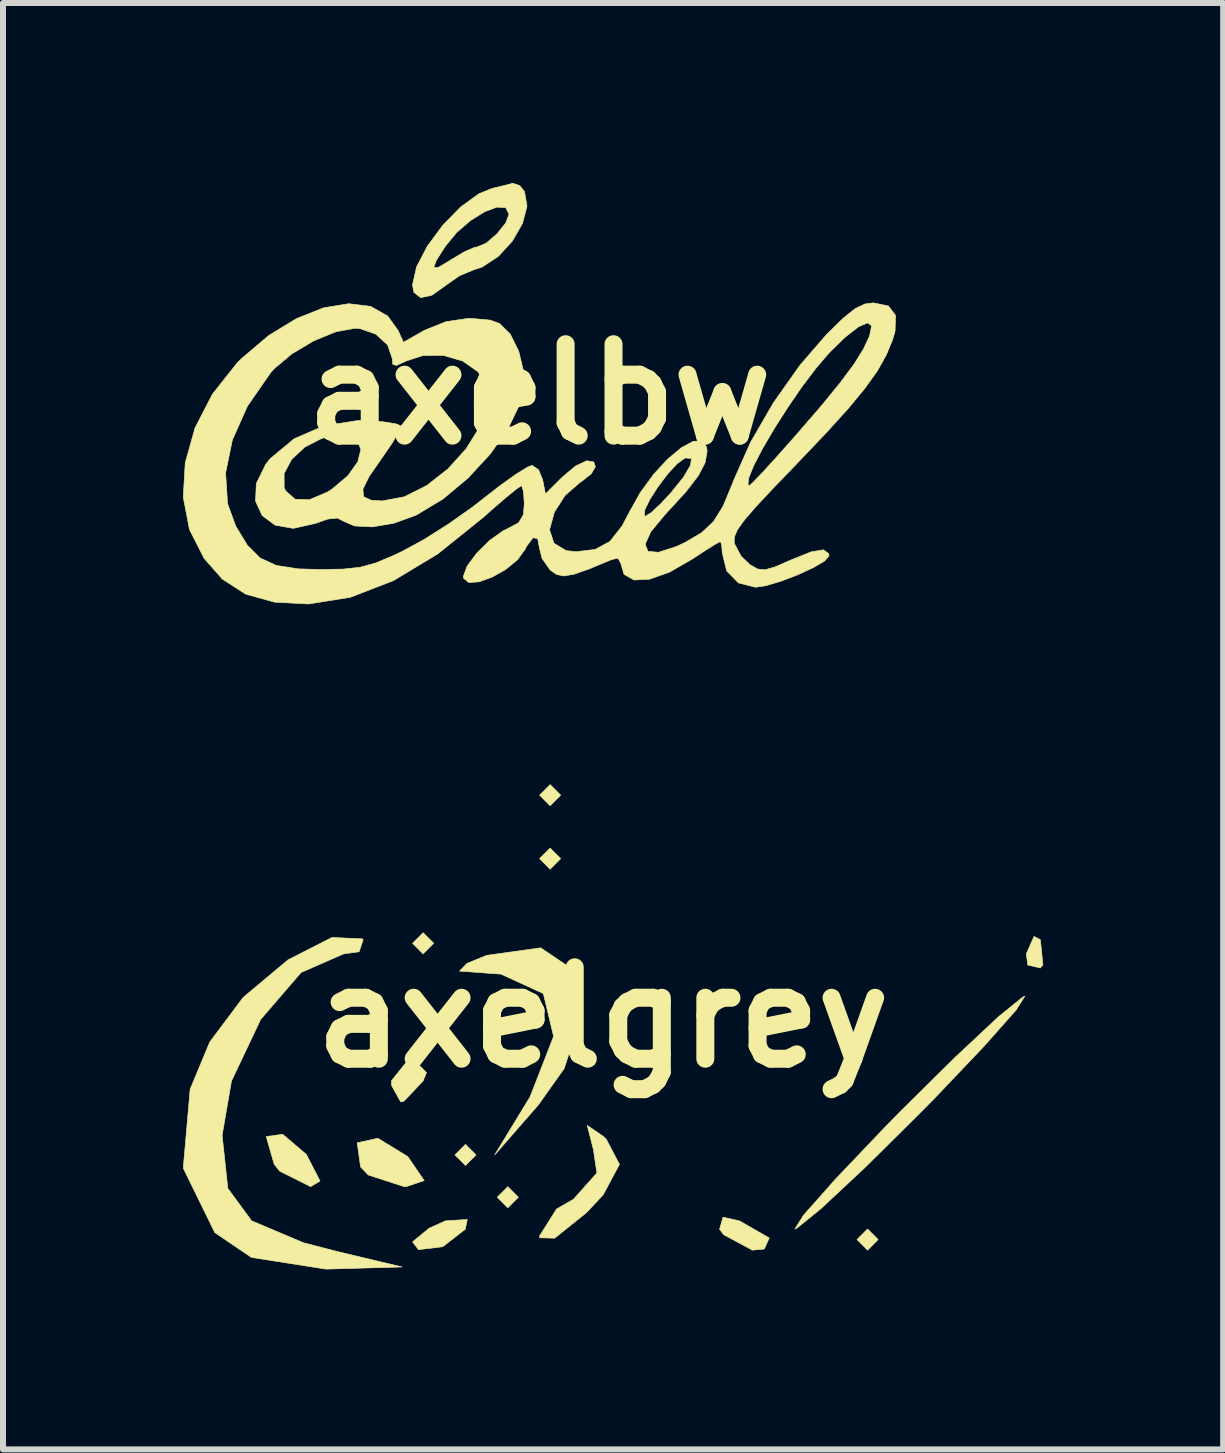
<source format=kicad_pcb>
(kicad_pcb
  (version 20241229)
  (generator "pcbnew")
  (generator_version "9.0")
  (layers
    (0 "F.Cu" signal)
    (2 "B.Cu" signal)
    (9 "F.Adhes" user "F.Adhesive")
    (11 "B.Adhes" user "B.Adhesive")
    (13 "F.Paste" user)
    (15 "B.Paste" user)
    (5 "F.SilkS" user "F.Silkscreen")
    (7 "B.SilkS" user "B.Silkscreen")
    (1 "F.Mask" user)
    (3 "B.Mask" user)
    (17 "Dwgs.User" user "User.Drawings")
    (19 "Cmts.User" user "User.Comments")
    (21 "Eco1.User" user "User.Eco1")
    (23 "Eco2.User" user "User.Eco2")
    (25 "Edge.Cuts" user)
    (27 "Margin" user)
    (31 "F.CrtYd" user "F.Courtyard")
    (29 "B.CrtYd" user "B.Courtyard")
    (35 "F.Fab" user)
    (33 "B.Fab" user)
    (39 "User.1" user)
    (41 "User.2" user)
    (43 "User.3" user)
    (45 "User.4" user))
  (footprint "axelgrey"
    (layer "F.Cu")
    (at 7.003 13.91)
    (property "Reference" "axelgrey" (at 0 0 0) (layer "F.SilkS") (effects (font (size 1.524 1.524) (thickness 0.3))))
    (attr through_hole)
    (fp_poly (pts (xy -2.822 -1.235) (xy -2.999 -1.058) (xy -3.175 -1.235) (xy -2.999 -1.411) (xy -2.822 -1.235)) (stroke (width 0.01) (type solid)) (fill yes) (layer "F.SilkS"))
    (fp_poly (pts (xy -2.117 2.293) (xy -2.293 2.469) (xy -2.469 2.293) (xy -2.293 2.117) (xy -2.117 2.293)) (stroke (width 0.01) (type solid)) (fill yes) (layer "F.SilkS"))
    (fp_poly (pts (xy -1.411 2.999) (xy -1.587 3.175) (xy -1.764 2.999) (xy -1.587 2.822) (xy -1.411 2.999)) (stroke (width 0.01) (type solid)) (fill yes) (layer "F.SilkS"))
    (fp_poly (pts (xy -0.706 -3.704) (xy -0.882 -3.528) (xy -1.058 -3.704) (xy -0.882 -3.881) (xy -0.706 -3.704)) (stroke (width 0.01) (type solid)) (fill yes) (layer "F.SilkS"))
    (fp_poly (pts (xy -0.706 -2.646) (xy -0.882 -2.469) (xy -1.058 -2.646) (xy -0.882 -2.822) (xy -0.706 -2.646)) (stroke (width 0.01) (type solid)) (fill yes) (layer "F.SilkS"))
    (fp_poly (pts (xy 4.586 3.704) (xy 4.41 3.881) (xy 4.233 3.704) (xy 4.41 3.528) (xy 4.586 3.704)) (stroke (width 0.01) (type solid)) (fill yes) (layer "F.SilkS"))
    (fp_poly (pts (xy 7.291 -1.294) (xy 7.333 -0.875) (xy 7.291 -0.823) (xy 7.081 -0.872) (xy 7.056 -1.058) (xy 7.185 -1.349) (xy 7.291 -1.294)) (stroke (width 0.01) (type solid)) (fill yes) (layer "F.SilkS"))
    (fp_poly (pts (xy -4.946 2.285) (xy -4.718 2.728) (xy -4.875 2.822) (xy -5.392 2.563) (xy -5.483 2.446) (xy -5.615 1.987) (xy -5.341 1.949) (xy -4.946 2.285)) (stroke (width 0.01) (type solid)) (fill yes) (layer "F.SilkS"))
    (fp_poly (pts (xy -2.296 3.532) (xy -2.673 3.824) (xy -3.077 3.873) (xy -3.175 3.742) (xy -2.898 3.515) (xy -2.628 3.393) (xy -2.263 3.369) (xy -2.296 3.532)) (stroke (width 0.01) (type solid)) (fill yes) (layer "F.SilkS"))
    (fp_poly (pts (xy 2.275 3.393) (xy 2.771 3.678) (xy 2.688 3.862) (xy 2.49 3.881) (xy 2.012 3.624) (xy 1.943 3.532) (xy 2 3.331) (xy 2.275 3.393)) (stroke (width 0.01) (type solid)) (fill yes) (layer "F.SilkS"))
    (fp_poly (pts (xy -2.943 0.922) (xy -2.999 1.058) (xy -3.316 1.395) (xy -3.372 1.411) (xy -3.524 1.138) (xy -3.528 1.058) (xy -3.257 0.719) (xy -3.154 0.706) (xy -2.943 0.922)) (stroke (width 0.01) (type solid)) (fill yes) (layer "F.SilkS"))
    (fp_poly (pts (xy -3.262 2.317) (xy -3.249 2.33) (xy -2.981 2.721) (xy -3.281 2.822) (xy -3.317 2.822) (xy -3.913 2.628) (xy -4.042 2.494) (xy -4.098 2.091) (xy -3.754 2.015) (xy -3.262 2.317)) (stroke (width 0.01) (type solid)) (fill yes) (layer "F.SilkS"))
    (fp_poly (pts (xy 0.006 1.985) (xy 0.054 2.032) (xy 0.274 2.451) (xy 0.000466 2.961) (xy -0.278 3.257) (xy -0.806 3.681) (xy -1.055 3.675) (xy -1.058 3.644) (xy -0.774 3.194) (xy -0.493 3.033) (xy -0.102 2.594) (xy -0.161 2.202) (xy -0.264 1.801) (xy 0.006 1.985)) (stroke (width 0.01) (type solid)) (fill yes) (layer "F.SilkS"))
    (fp_poly (pts (xy -0.491 -0.789) (xy -0.344 -0.071) (xy -0.648 0.853) (xy -1.079 1.46) (xy -1.806 2.293) (xy -1.217 1.326) (xy -0.824 0.318) (xy -0.995 -0.396) (xy -1.701 -0.721) (xy -1.841 -0.73) (xy -2.392 -0.771) (xy -2.269 -0.899) (xy -1.94 -1.034) (xy -1.04 -1.159) (xy -0.491 -0.789)) (stroke (width 0.01) (type solid)) (fill yes) (layer "F.SilkS"))
    (fp_poly (pts (xy 6.888 -0.124) (xy 6.351 0.482) (xy 5.527 1.348) (xy 5.292 1.587) (xy 4.363 2.507) (xy 3.631 3.191) (xy 3.23 3.516) (xy 3.199 3.528) (xy 3.342 3.299) (xy 3.879 2.693) (xy 4.704 1.827) (xy 4.939 1.587) (xy 5.868 0.668) (xy 6.599 -0.016) (xy 7.001 -0.341) (xy 7.031 -0.353) (xy 6.888 -0.124)) (stroke (width 0.01) (type solid)) (fill yes) (layer "F.SilkS"))
    (fp_poly (pts (xy -4.015 -1.309) (xy -3.999 -1.294) (xy -4.066 -1.094) (xy -4.325 -1.058) (xy -5.034 -0.748) (xy -5.707 0.034) (xy -6.194 1.061) (xy -6.35 1.967) (xy -6.255 2.852) (xy -5.858 3.392) (xy -4.996 3.757) (xy -4.441 3.901) (xy -3.351 4.161) (xy -4.62 4.197) (xy -5.862 4.002) (xy -6.472 3.588) (xy -6.998 2.514) (xy -6.883 1.197) (xy -6.556 0.411) (xy -6 -0.332) (xy -5.251 -0.959) (xy -4.519 -1.332) (xy -4.015 -1.309)) (stroke (width 0.01) (type solid)) (fill yes) (layer "F.SilkS")))
  (footprint "axelbw"
    (layer "F.Cu")
    (at 5.944 3.523)
    (property "Reference" "axelbw" (at 0 0 0) (layer "F.SilkS") (effects (font (size 1.524 1.524) (thickness 0.3))))
    (attr through_hole)
    (fp_poly (pts (xy -0.329 -3.478) (xy -0.25 -3.379) (xy -0.208 -3.136) (xy -0.284 -2.848) (xy -0.452 -2.555) (xy -0.686 -2.299) (xy -0.957 -2.121) (xy -1.094 -2.076) (xy -1.331 -1.978) (xy -1.56 -1.819) (xy -1.564 -1.815) (xy -1.796 -1.65) (xy -1.981 -1.611) (xy -2.094 -1.699) (xy -2.117 -1.824) (xy -2.052 -2.112) (xy -1.763 -2.112) (xy -1.691 -2.113) (xy -1.502 -2.225) (xy -1.47 -2.246) (xy -1.254 -2.375) (xy -1.082 -2.449) (xy -1.043 -2.455) (xy -0.889 -2.519) (xy -0.711 -2.672) (xy -0.564 -2.855) (xy -0.508 -3.002) (xy -0.564 -3.111) (xy -0.711 -3.12) (xy -0.917 -3.042) (xy -1.151 -2.896) (xy -1.382 -2.696) (xy -1.569 -2.469) (xy -1.722 -2.229) (xy -1.763 -2.112) (xy -2.052 -2.112) (xy -2.049 -2.125) (xy -1.87 -2.469) (xy -1.614 -2.815) (xy -1.316 -3.121) (xy -1.009 -3.344) (xy -0.788 -3.433) (xy -0.577 -3.483) (xy -0.446 -3.518) (xy -0.329 -3.478)) (stroke (width 0.01) (type solid)) (fill yes) (layer "F.SilkS"))
    (fp_poly (pts (xy 5.817 -1.472) (xy 5.936 -1.315) (xy 5.927 -1.05) (xy 5.885 -0.905) (xy 5.781 -0.655) (xy 5.635 -0.394) (xy 5.428 -0.104) (xy 5.146 0.238) (xy 4.772 0.65) (xy 4.291 1.155) (xy 4.245 1.203) (xy 3.865 1.598) (xy 3.59 1.893) (xy 3.406 2.108) (xy 3.297 2.263) (xy 3.249 2.377) (xy 3.246 2.47) (xy 3.251 2.494) (xy 3.362 2.7) (xy 3.512 2.843) (xy 3.637 2.913) (xy 3.758 2.926) (xy 3.926 2.878) (xy 4.192 2.762) (xy 4.197 2.76) (xy 4.528 2.627) (xy 4.733 2.593) (xy 4.821 2.656) (xy 4.826 2.697) (xy 4.753 2.779) (xy 4.564 2.89) (xy 4.306 3.009) (xy 4.026 3.116) (xy 3.77 3.192) (xy 3.601 3.217) (xy 3.315 3.144) (xy 3.12 2.944) (xy 3.048 2.649) (xy 3.048 2.648) (xy 3.035 2.498) (xy 3.014 2.455) (xy 2.932 2.499) (xy 2.751 2.612) (xy 2.551 2.744) (xy 2.166 2.966) (xy 1.834 3.083) (xy 1.576 3.096) (xy 1.409 3.002) (xy 1.355 2.817) (xy 1.308 2.733) (xy 1.206 2.754) (xy 0.831 2.91) (xy 0.575 3) (xy 0.404 3.029) (xy 0.284 3.004) (xy 0.179 2.93) (xy 0.175 2.926) (xy 0.043 2.737) (xy 0 2.569) (xy -0.031 2.404) (xy -0.109 2.392) (xy -0.215 2.533) (xy -0.239 2.583) (xy -0.368 2.76) (xy -0.565 2.921) (xy -0.792 3.049) (xy -1.01 3.127) (xy -1.181 3.138) (xy -1.267 3.065) (xy -1.27 3.035) (xy -1.206 2.863) (xy -1.045 2.647) (xy -0.831 2.436) (xy -0.608 2.277) (xy -0.545 2.247) (xy -0.348 2.142) (xy -0.268 2.007) (xy -0.254 1.825) (xy -0.266 1.627) (xy -0.296 1.527) (xy -0.302 1.524) (xy -0.382 1.577) (xy -0.557 1.719) (xy -0.796 1.925) (xy -0.939 2.053) (xy -1.699 2.663) (xy -2.436 3.107) (xy -3.153 3.384) (xy -3.85 3.496) (xy -4.419 3.465) (xy -4.9 3.331) (xy -5.287 3.081) (xy -5.591 2.735) (xy -5.835 2.256) (xy -5.939 1.716) (xy -5.906 1.143) (xy -5.743 0.561) (xy -5.453 -0.002) (xy -5.041 -0.522) (xy -4.969 -0.594) (xy -4.514 -0.98) (xy -4.05 -1.263) (xy -3.598 -1.442) (xy -3.18 -1.51) (xy -2.817 -1.466) (xy -2.53 -1.304) (xy -2.358 -1.064) (xy -2.268 -0.867) (xy -1.917 -1.067) (xy -1.56 -1.21) (xy -1.172 -1.268) (xy -0.819 -1.236) (xy -0.665 -1.179) (xy -0.488 -1.004) (xy -0.347 -0.719) (xy -0.265 -0.38) (xy -0.254 -0.212) (xy -0.325 0.157) (xy -0.523 0.569) (xy -0.819 0.993) (xy -1.19 1.395) (xy -1.608 1.745) (xy -2.048 2.01) (xy -2.064 2.018) (xy -2.429 2.15) (xy -2.786 2.21) (xy -3.085 2.195) (xy -3.255 2.121) (xy -3.37 2.063) (xy -3.529 2.08) (xy -3.733 2.152) (xy -4.104 2.235) (xy -4.407 2.182) (xy -4.623 2.022) (xy -4.734 1.781) (xy -4.721 1.487) (xy -4.639 1.321) (xy -4.258 1.321) (xy -4.257 1.555) (xy -4.233 1.609) (xy -4.074 1.75) (xy -3.834 1.757) (xy -3.535 1.63) (xy -3.465 1.586) (xy -3.195 1.358) (xy -3.03 1.127) (xy -2.978 0.919) (xy -3.041 0.762) (xy -3.224 0.682) (xy -3.304 0.677) (xy -3.625 0.733) (xy -3.911 0.879) (xy -4.132 1.085) (xy -4.258 1.321) (xy -4.639 1.321) (xy -4.564 1.167) (xy -4.488 1.072) (xy -4.091 0.742) (xy -3.594 0.526) (xy -3.036 0.439) (xy -2.873 0.439) (xy -2.595 0.46) (xy -2.392 0.493) (xy -2.318 0.524) (xy -2.345 0.62) (xy -2.452 0.808) (xy -2.618 1.049) (xy -2.621 1.053) (xy -2.84 1.369) (xy -2.944 1.581) (xy -2.933 1.707) (xy -2.806 1.766) (xy -2.623 1.778) (xy -2.254 1.709) (xy -1.88 1.521) (xy -1.527 1.245) (xy -1.224 0.91) (xy -0.998 0.547) (xy -0.876 0.187) (xy -0.881 -0.126) (xy -1.024 -0.375) (xy -1.28 -0.554) (xy -1.604 -0.649) (xy -1.95 -0.645) (xy -2.223 -0.555) (xy -2.384 -0.481) (xy -2.446 -0.5) (xy -2.455 -0.598) (xy -2.532 -0.823) (xy -2.728 -1.002) (xy -2.993 -1.095) (xy -3.074 -1.101) (xy -3.394 -1.043) (xy -3.766 -0.89) (xy -4.13 -0.673) (xy -4.425 -0.425) (xy -4.479 -0.365) (xy -4.868 0.196) (xy -5.12 0.761) (xy -5.233 1.31) (xy -5.2 1.824) (xy -5.065 2.196) (xy -4.87 2.517) (xy -4.658 2.729) (xy -4.389 2.853) (xy -4.023 2.91) (xy -3.655 2.921) (xy -3.272 2.914) (xy -2.987 2.883) (xy -2.73 2.812) (xy -2.43 2.686) (xy -2.283 2.616) (xy -1.925 2.421) (xy -1.51 2.158) (xy -1.105 1.872) (xy -0.947 1.748) (xy -0.647 1.515) (xy -0.386 1.329) (xy -0.197 1.213) (xy -0.123 1.185) (xy -0.015 1.259) (xy 0.052 1.423) (xy 0.099 1.662) (xy 0.38 1.381) (xy 0.602 1.195) (xy 0.787 1.108) (xy 0.905 1.128) (xy 0.931 1.209) (xy 0.865 1.322) (xy 0.702 1.453) (xy 0.677 1.468) (xy 0.43 1.682) (xy 0.247 1.965) (xy 0.17 2.249) (xy 0.169 2.265) (xy 0.241 2.483) (xy 0.441 2.605) (xy 0.604 2.625) (xy 0.929 2.586) (xy 1.174 2.453) (xy 1.377 2.195) (xy 1.468 2.022) (xy 1.745 2.022) (xy 1.768 2.032) (xy 1.862 1.973) (xy 2.027 1.819) (xy 2.194 1.639) (xy 2.403 1.378) (xy 2.518 1.182) (xy 2.532 1.071) (xy 2.438 1.061) (xy 2.417 1.068) (xy 2.291 1.16) (xy 2.136 1.329) (xy 1.978 1.538) (xy 1.843 1.748) (xy 1.757 1.922) (xy 1.745 2.022) (xy 1.468 2.022) (xy 1.491 1.977) (xy 1.68 1.639) (xy 1.902 1.335) (xy 2.137 1.08) (xy 2.364 0.891) (xy 2.562 0.784) (xy 2.71 0.776) (xy 2.787 0.883) (xy 2.794 0.955) (xy 2.76 1.142) (xy 2.647 1.358) (xy 2.438 1.629) (xy 2.115 1.981) (xy 2.094 2.003) (xy 1.855 2.292) (xy 1.762 2.5) (xy 1.808 2.618) (xy 1.984 2.634) (xy 2.284 2.537) (xy 2.438 2.464) (xy 2.705 2.306) (xy 2.901 2.122) (xy 3.058 1.869) (xy 3.207 1.513) (xy 3.476 1.513) (xy 3.498 1.524) (xy 3.565 1.464) (xy 3.721 1.3) (xy 3.945 1.054) (xy 4.214 0.752) (xy 4.278 0.679) (xy 4.698 0.193) (xy 5.014 -0.194) (xy 5.243 -0.502) (xy 5.4 -0.753) (xy 5.501 -0.968) (xy 5.502 -0.97) (xy 5.536 -1.141) (xy 5.471 -1.191) (xy 5.32 -1.127) (xy 5.096 -0.953) (xy 4.828 -0.691) (xy 4.61 -0.436) (xy 4.373 -0.123) (xy 4.136 0.223) (xy 3.912 0.574) (xy 3.718 0.906) (xy 3.57 1.19) (xy 3.485 1.402) (xy 3.476 1.513) (xy 3.207 1.513) (xy 3.212 1.502) (xy 3.241 1.425) (xy 3.519 0.799) (xy 3.9 0.141) (xy 4.345 -0.488) (xy 4.784 -0.995) (xy 5.059 -1.265) (xy 5.261 -1.427) (xy 5.425 -1.506) (xy 5.567 -1.524) (xy 5.817 -1.472)) (stroke (width 0.01) (type solid)) (fill yes) (layer "F.SilkS")))
  (gr_rect
    (start -3 -3)
    (end 17.341 21.112)
    (stroke (width 0.1) (type default))
    (fill no)
    (layer "Edge.Cuts")))
</source>
